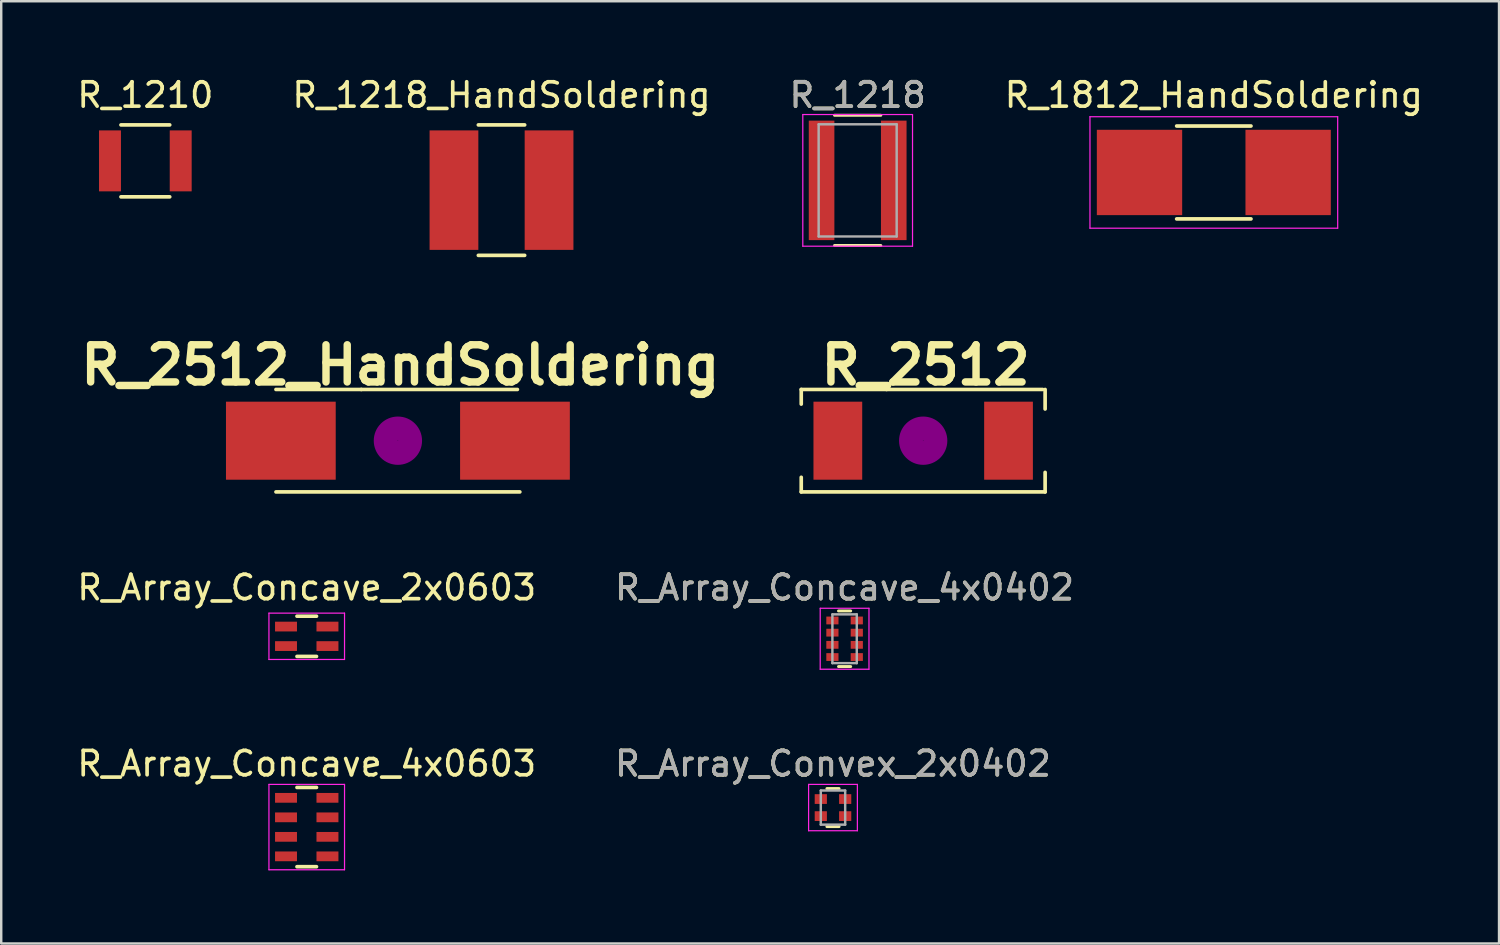
<source format=kicad_pcb>
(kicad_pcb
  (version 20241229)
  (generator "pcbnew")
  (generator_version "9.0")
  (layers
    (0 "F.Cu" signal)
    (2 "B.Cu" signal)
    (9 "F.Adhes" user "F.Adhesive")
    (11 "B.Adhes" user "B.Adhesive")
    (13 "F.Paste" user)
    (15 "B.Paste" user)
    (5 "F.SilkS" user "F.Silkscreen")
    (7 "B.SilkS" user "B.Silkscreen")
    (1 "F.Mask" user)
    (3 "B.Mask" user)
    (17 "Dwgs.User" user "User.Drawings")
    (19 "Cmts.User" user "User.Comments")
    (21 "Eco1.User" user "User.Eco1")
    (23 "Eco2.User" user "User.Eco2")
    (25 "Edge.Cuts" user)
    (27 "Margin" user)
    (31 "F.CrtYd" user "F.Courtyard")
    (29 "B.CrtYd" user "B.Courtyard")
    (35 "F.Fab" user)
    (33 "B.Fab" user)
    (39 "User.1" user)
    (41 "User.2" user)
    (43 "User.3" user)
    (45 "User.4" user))
  (footprint "R_1210"
    (layer "F.Cu")
    (at 2.911 3.548)
    (property "Reference" "R_1210" (at 0 -2.7 0) (layer "F.SilkS") (effects (font (size 1 1) (thickness 0.15))))
    (attr smd)
    (fp_line (start -1 -1.475) (end 1 -1.475) (stroke (width 0.15) (type solid)) (layer "F.SilkS"))
    (fp_line (start 1 1.475) (end -1 1.475) (stroke (width 0.15) (type solid)) (layer "F.SilkS"))
    (pad "1" smd rect (at -1.45 0) (size 0.9 2.5) (layers "F.Cu" "F.Mask" "F.Paste"))
    (pad "2" smd rect (at 1.45 0) (size 0.9 2.5) (layers "F.Cu" "F.Mask" "F.Paste")))
  (footprint "R_Array_Concave_4x0603"
    (layer "F.Cu")
    (at 9.53 30.871)
    (property "Reference" "R_Array_Concave_4x0603" (at 0 -2.6 0) (layer "F.SilkS") (effects (font (size 1 1) (thickness 0.15))))
    (attr smd)
    (fp_line (start 0.4 -1.625) (end -0.4 -1.625) (stroke (width 0.15) (type solid)) (layer "F.SilkS"))
    (fp_line (start 0.4 1.625) (end -0.4 1.625) (stroke (width 0.15) (type solid)) (layer "F.SilkS"))
    (fp_line (start -1.55 -1.75) (end -1.55 1.75) (stroke (width 0.05) (type solid)) (layer "F.CrtYd"))
    (fp_line (start -1.55 -1.75) (end 1.55 -1.75) (stroke (width 0.05) (type solid)) (layer "F.CrtYd"))
    (fp_line (start -1.55 1.75) (end 1.55 1.75) (stroke (width 0.05) (type solid)) (layer "F.CrtYd"))
    (fp_line (start 1.55 -1.75) (end 1.55 1.75) (stroke (width 0.05) (type solid)) (layer "F.CrtYd"))
    (pad "1" smd rect (at -0.85 -1.2) (size 0.9 0.4) (layers "F.Cu" "F.Mask" "F.Paste"))
    (pad "2" smd rect (at -0.85 -0.4) (size 0.9 0.4) (layers "F.Cu" "F.Mask" "F.Paste"))
    (pad "3" smd rect (at -0.85 0.4) (size 0.9 0.4) (layers "F.Cu" "F.Mask" "F.Paste"))
    (pad "4" smd rect (at -0.85 1.2) (size 0.9 0.4) (layers "F.Cu" "F.Mask" "F.Paste"))
    (pad "5" smd rect (at 0.85 1.2) (size 0.9 0.4) (layers "F.Cu" "F.Mask" "F.Paste"))
    (pad "6" smd rect (at 0.85 0.4) (size 0.9 0.4) (layers "F.Cu" "F.Mask" "F.Paste"))
    (pad "7" smd rect (at 0.85 -0.4) (size 0.9 0.4) (layers "F.Cu" "F.Mask" "F.Paste"))
    (pad "8" smd rect (at 0.85 -1.2) (size 0.9 0.4) (layers "F.Cu" "F.Mask" "F.Paste")))
  (footprint "R_1218_HandSoldering"
    (layer "F.Cu")
    (at 17.518 4.748)
    (property "Reference" "R_1218_HandSoldering" (at 0 -3.9 0) (layer "F.SilkS") (effects (font (size 1 1) (thickness 0.15))))
    (attr smd)
    (fp_line (start -0.95 -2.675) (end 0.95 -2.675) (stroke (width 0.15) (type solid)) (layer "F.SilkS"))
    (fp_line (start 0.95 2.675) (end -0.95 2.675) (stroke (width 0.15) (type solid)) (layer "F.SilkS"))
    (pad "1" smd rect (at -1.95 0) (size 2 4.9) (layers "F.Cu" "F.Mask" "F.Paste"))
    (pad "2" smd rect (at 1.95 0) (size 2 4.9) (layers "F.Cu" "F.Mask" "F.Paste")))
  (footprint "R_Array_Convex_2x0402"
    (layer "F.Cu")
    (at 31.113 30.071)
    (property "Reference" "R_Array_Convex_2x0402" (at 0 -1.8 0) (layer "F.SilkS") (effects (font (size 1 1) (thickness 0.15))))
    (attr smd)
    (fp_line (start 0.25 -0.78) (end -0.25 -0.78) (stroke (width 0.12) (type solid)) (layer "F.SilkS"))
    (fp_line (start 0.25 0.78) (end -0.25 0.78) (stroke (width 0.12) (type solid)) (layer "F.SilkS"))
    (fp_line (start -1 -0.95) (end -1 0.95) (stroke (width 0.05) (type solid)) (layer "F.CrtYd"))
    (fp_line (start -1 -0.95) (end 1 -0.95) (stroke (width 0.05) (type solid)) (layer "F.CrtYd"))
    (fp_line (start 1 0.95) (end -1 0.95) (stroke (width 0.05) (type solid)) (layer "F.CrtYd"))
    (fp_line (start 1 0.95) (end 1 -0.95) (stroke (width 0.05) (type solid)) (layer "F.CrtYd"))
    (fp_line (start -0.5 -0.7) (end -0.5 0.7) (stroke (width 0.1) (type solid)) (layer "F.Fab"))
    (fp_line (start -0.5 0.7) (end 0.5 0.7) (stroke (width 0.1) (type solid)) (layer "F.Fab"))
    (fp_line (start 0.5 -0.7) (end -0.5 -0.7) (stroke (width 0.1) (type solid)) (layer "F.Fab"))
    (fp_line (start 0.5 0.7) (end 0.5 -0.7) (stroke (width 0.1) (type solid)) (layer "F.Fab"))
    (fp_text user "${REFERENCE}" (at 0 -1.8 0) (layer "F.Fab") (effects (font (size 1 1) (thickness 0.15))))
    (pad "1" smd rect (at -0.5 -0.35) (size 0.5 0.4) (layers "F.Cu" "F.Mask" "F.Paste"))
    (pad "2" smd rect (at -0.5 0.35) (size 0.5 0.4) (layers "F.Cu" "F.Mask" "F.Paste"))
    (pad "3" smd rect (at 0.5 0.35) (size 0.5 0.4) (layers "F.Cu" "F.Mask" "F.Paste"))
    (pad "4" smd rect (at 0.5 -0.35) (size 0.5 0.4) (layers "F.Cu" "F.Mask" "F.Paste")))
  (footprint "R_2512"
    (layer "F.Cu")
    (at 34.812 15.024)
    (property "Reference" "R_2512" (at 0.099 -3.099 0) (layer "F.SilkS") (effects (font (size 1.524 1.524) (thickness 0.305))))
    (attr smd)
    (fp_line (start -5.001 -2.101) (end -5.001 -1.501) (stroke (width 0.15) (type solid)) (layer "F.SilkS"))
    (fp_line (start -5.001 1.501) (end -5.001 2.101) (stroke (width 0.15) (type solid)) (layer "F.SilkS"))
    (fp_line (start -5.001 2.101) (end 5.001 2.101) (stroke (width 0.15) (type solid)) (layer "F.SilkS"))
    (fp_line (start -1.501 -2.101) (end -5.001 -2.101) (stroke (width 0.15) (type solid)) (layer "F.SilkS"))
    (fp_line (start 4.9 -2.101) (end -1.501 -2.101) (stroke (width 0.15) (type solid)) (layer "F.SilkS"))
    (fp_line (start 5.001 -2.101) (end 5.001 -1.3) (stroke (width 0.15) (type solid)) (layer "F.SilkS"))
    (fp_line (start 5.001 2.101) (end 5.001 1.3) (stroke (width 0.15) (type solid)) (layer "F.SilkS"))
    (fp_circle (center 0 0) (end 0.201 0) (stroke (width 0.381) (type solid)) (fill no) (layer "F.Adhes"))
    (fp_circle (center 0 0) (end 0.5 0) (stroke (width 0.381) (type solid)) (fill no) (layer "F.Adhes"))
    (fp_circle (center 0 0) (end 0.8 0) (stroke (width 0.381) (type solid)) (fill no) (layer "F.Adhes"))
    (pad "1" smd rect (at -3.5 0) (size 1.999 3.2) (layers "F.Cu" "F.Mask" "F.Paste"))
    (pad "2" smd rect (at 3.5 0) (size 1.999 3.2) (layers "F.Cu" "F.Mask" "F.Paste")))
  (footprint "R_2512_HandSoldering"
    (layer "F.Cu")
    (at 13.269 15.024)
    (property "Reference" "R_2512_HandSoldering" (at 0.099 -3.099 0) (layer "F.SilkS") (effects (font (size 1.524 1.524) (thickness 0.305))))
    (attr smd)
    (fp_line (start -5.001 2.101) (end 5.001 2.101) (stroke (width 0.15) (type solid)) (layer "F.SilkS"))
    (fp_line (start -1.501 -2.101) (end -5.001 -2.101) (stroke (width 0.15) (type solid)) (layer "F.SilkS"))
    (fp_line (start 4.9 -2.101) (end -1.501 -2.101) (stroke (width 0.15) (type solid)) (layer "F.SilkS"))
    (fp_circle (center 0 0) (end 0.201 0) (stroke (width 0.381) (type solid)) (fill no) (layer "F.Adhes"))
    (fp_circle (center 0 0) (end 0.5 0) (stroke (width 0.381) (type solid)) (fill no) (layer "F.Adhes"))
    (fp_circle (center 0 0) (end 0.8 0) (stroke (width 0.381) (type solid)) (fill no) (layer "F.Adhes"))
    (pad "1" smd rect (at -4.801 0) (size 4.501 3.2) (layers "F.Cu" "F.Mask" "F.Paste"))
    (pad "2" smd rect (at 4.801 0) (size 4.501 3.2) (layers "F.Cu" "F.Mask" "F.Paste")))
  (footprint "R_1218"
    (layer "F.Cu")
    (at 32.125 4.348)
    (property "Reference" "R_1218" (at 0 -3.5 0) (layer "F.SilkS") (effects (font (size 1 1) (thickness 0.15))))
    (attr smd)
    (fp_line (start -0.95 -2.67) (end 0.95 -2.67) (stroke (width 0.12) (type solid)) (layer "F.SilkS"))
    (fp_line (start 0.95 2.67) (end -0.95 2.67) (stroke (width 0.12) (type solid)) (layer "F.SilkS"))
    (fp_line (start -2.25 -2.7) (end -2.25 2.7) (stroke (width 0.05) (type solid)) (layer "F.CrtYd"))
    (fp_line (start -2.25 -2.7) (end 2.25 -2.7) (stroke (width 0.05) (type solid)) (layer "F.CrtYd"))
    (fp_line (start 2.25 2.7) (end -2.25 2.7) (stroke (width 0.05) (type solid)) (layer "F.CrtYd"))
    (fp_line (start 2.25 2.7) (end 2.25 -2.7) (stroke (width 0.05) (type solid)) (layer "F.CrtYd"))
    (fp_line (start -1.6 -2.3) (end -1.6 2.3) (stroke (width 0.1) (type solid)) (layer "F.Fab"))
    (fp_line (start -1.6 2.3) (end 1.6 2.3) (stroke (width 0.1) (type solid)) (layer "F.Fab"))
    (fp_line (start 1.6 -2.3) (end -1.6 -2.3) (stroke (width 0.1) (type solid)) (layer "F.Fab"))
    (fp_line (start 1.6 2.3) (end 1.6 -2.3) (stroke (width 0.1) (type solid)) (layer "F.Fab"))
    (fp_text user "${REFERENCE}" (at 0 -3.5 0) (layer "F.Fab") (effects (font (size 1 1) (thickness 0.15))))
    (pad "1" smd rect (at -1.48 0) (size 1.05 4.9) (layers "F.Cu" "F.Mask" "F.Paste"))
    (pad "2" smd rect (at 1.48 0) (size 1.05 4.9) (layers "F.Cu" "F.Mask" "F.Paste")))
  (footprint "R_1812_HandSoldering"
    (layer "F.Cu")
    (at 46.732 4.023)
    (property "Reference" "R_1812_HandSoldering" (at 0 -3.175 0) (layer "F.SilkS") (effects (font (size 1 1) (thickness 0.15))))
    (attr smd)
    (fp_line (start -1.524 -1.905) (end 1.524 -1.905) (stroke (width 0.15) (type solid)) (layer "F.SilkS"))
    (fp_line (start -1.524 1.905) (end 1.524 1.905) (stroke (width 0.15) (type solid)) (layer "F.SilkS"))
    (fp_line (start -5.08 -2.286) (end 5.08 -2.286) (stroke (width 0.05) (type solid)) (layer "F.CrtYd"))
    (fp_line (start -5.08 2.286) (end -5.08 -2.286) (stroke (width 0.05) (type solid)) (layer "F.CrtYd"))
    (fp_line (start 5.08 -2.286) (end 5.08 2.286) (stroke (width 0.05) (type solid)) (layer "F.CrtYd"))
    (fp_line (start 5.08 2.286) (end -5.08 2.286) (stroke (width 0.05) (type solid)) (layer "F.CrtYd"))
    (pad "1" smd rect (at -3.048 0) (size 3.5 3.5) (layers "F.Cu" "F.Mask" "F.Paste"))
    (pad "2" smd rect (at 3.048 0) (size 3.5 3.5) (layers "F.Cu" "F.Mask" "F.Paste")))
  (footprint "R_Array_Concave_4x0402"
    (layer "F.Cu")
    (at 31.589 23.147)
    (property "Reference" "R_Array_Concave_4x0402" (at 0 -2.1 0) (layer "F.SilkS") (effects (font (size 1 1) (thickness 0.15))))
    (attr smd)
    (fp_line (start 0.25 -1.14) (end -0.25 -1.14) (stroke (width 0.12) (type solid)) (layer "F.SilkS"))
    (fp_line (start 0.25 1.14) (end -0.25 1.14) (stroke (width 0.12) (type solid)) (layer "F.SilkS"))
    (fp_line (start -1 -1.25) (end -1 1.25) (stroke (width 0.05) (type solid)) (layer "F.CrtYd"))
    (fp_line (start -1 -1.25) (end 1 -1.25) (stroke (width 0.05) (type solid)) (layer "F.CrtYd"))
    (fp_line (start 1 1.25) (end -1 1.25) (stroke (width 0.05) (type solid)) (layer "F.CrtYd"))
    (fp_line (start 1 1.25) (end 1 -1.25) (stroke (width 0.05) (type solid)) (layer "F.CrtYd"))
    (fp_line (start -0.5 -1) (end 0.5 -1) (stroke (width 0.1) (type solid)) (layer "F.Fab"))
    (fp_line (start -0.5 1) (end -0.5 -1) (stroke (width 0.1) (type solid)) (layer "F.Fab"))
    (fp_line (start 0.5 -1) (end 0.5 1) (stroke (width 0.1) (type solid)) (layer "F.Fab"))
    (fp_line (start 0.5 1) (end -0.5 1) (stroke (width 0.1) (type solid)) (layer "F.Fab"))
    (fp_text user "${REFERENCE}" (at 0 -2.1 0) (layer "F.Fab") (effects (font (size 1 1) (thickness 0.15))))
    (pad "1" smd rect (at -0.5 -0.75) (size 0.5 0.32) (layers "F.Cu" "F.Mask" "F.Paste"))
    (pad "2" smd rect (at -0.5 -0.25) (size 0.5 0.32) (layers "F.Cu" "F.Mask" "F.Paste"))
    (pad "3" smd rect (at -0.5 0.25) (size 0.5 0.32) (layers "F.Cu" "F.Mask" "F.Paste"))
    (pad "4" smd rect (at -0.5 0.75) (size 0.5 0.32) (layers "F.Cu" "F.Mask" "F.Paste"))
    (pad "5" smd rect (at 0.5 0.75) (size 0.5 0.32) (layers "F.Cu" "F.Mask" "F.Paste"))
    (pad "6" smd rect (at 0.5 0.25) (size 0.5 0.32) (layers "F.Cu" "F.Mask" "F.Paste"))
    (pad "7" smd rect (at 0.5 -0.25) (size 0.5 0.32) (layers "F.Cu" "F.Mask" "F.Paste"))
    (pad "8" smd rect (at 0.5 -0.75) (size 0.5 0.32) (layers "F.Cu" "F.Mask" "F.Paste")))
  (footprint "R_Array_Concave_2x0603"
    (layer "F.Cu")
    (at 9.53 23.047)
    (property "Reference" "R_Array_Concave_2x0603" (at 0 -2 0) (layer "F.SilkS") (effects (font (size 1 1) (thickness 0.15))))
    (attr smd)
    (fp_line (start 0.4 -0.825) (end -0.4 -0.825) (stroke (width 0.15) (type solid)) (layer "F.SilkS"))
    (fp_line (start 0.4 0.825) (end -0.4 0.825) (stroke (width 0.15) (type solid)) (layer "F.SilkS"))
    (fp_line (start -1.55 -0.95) (end -1.55 0.95) (stroke (width 0.05) (type solid)) (layer "F.CrtYd"))
    (fp_line (start -1.55 -0.95) (end 1.55 -0.95) (stroke (width 0.05) (type solid)) (layer "F.CrtYd"))
    (fp_line (start -1.55 0.95) (end 1.55 0.95) (stroke (width 0.05) (type solid)) (layer "F.CrtYd"))
    (fp_line (start 1.55 -0.95) (end 1.55 0.95) (stroke (width 0.05) (type solid)) (layer "F.CrtYd"))
    (pad "1" smd rect (at -0.85 -0.4) (size 0.9 0.4) (layers "F.Cu" "F.Mask" "F.Paste"))
    (pad "2" smd rect (at -0.85 0.4) (size 0.9 0.4) (layers "F.Cu" "F.Mask" "F.Paste"))
    (pad "3" smd rect (at 0.85 0.4) (size 0.9 0.4) (layers "F.Cu" "F.Mask" "F.Paste"))
    (pad "4" smd rect (at 0.85 -0.4) (size 0.9 0.4) (layers "F.Cu" "F.Mask" "F.Paste")))
  (gr_rect
    (start -3 -3)
    (end 58.429 35.646)
    (stroke (width 0.1) (type default))
    (fill no)
    (layer "Edge.Cuts")))
</source>
